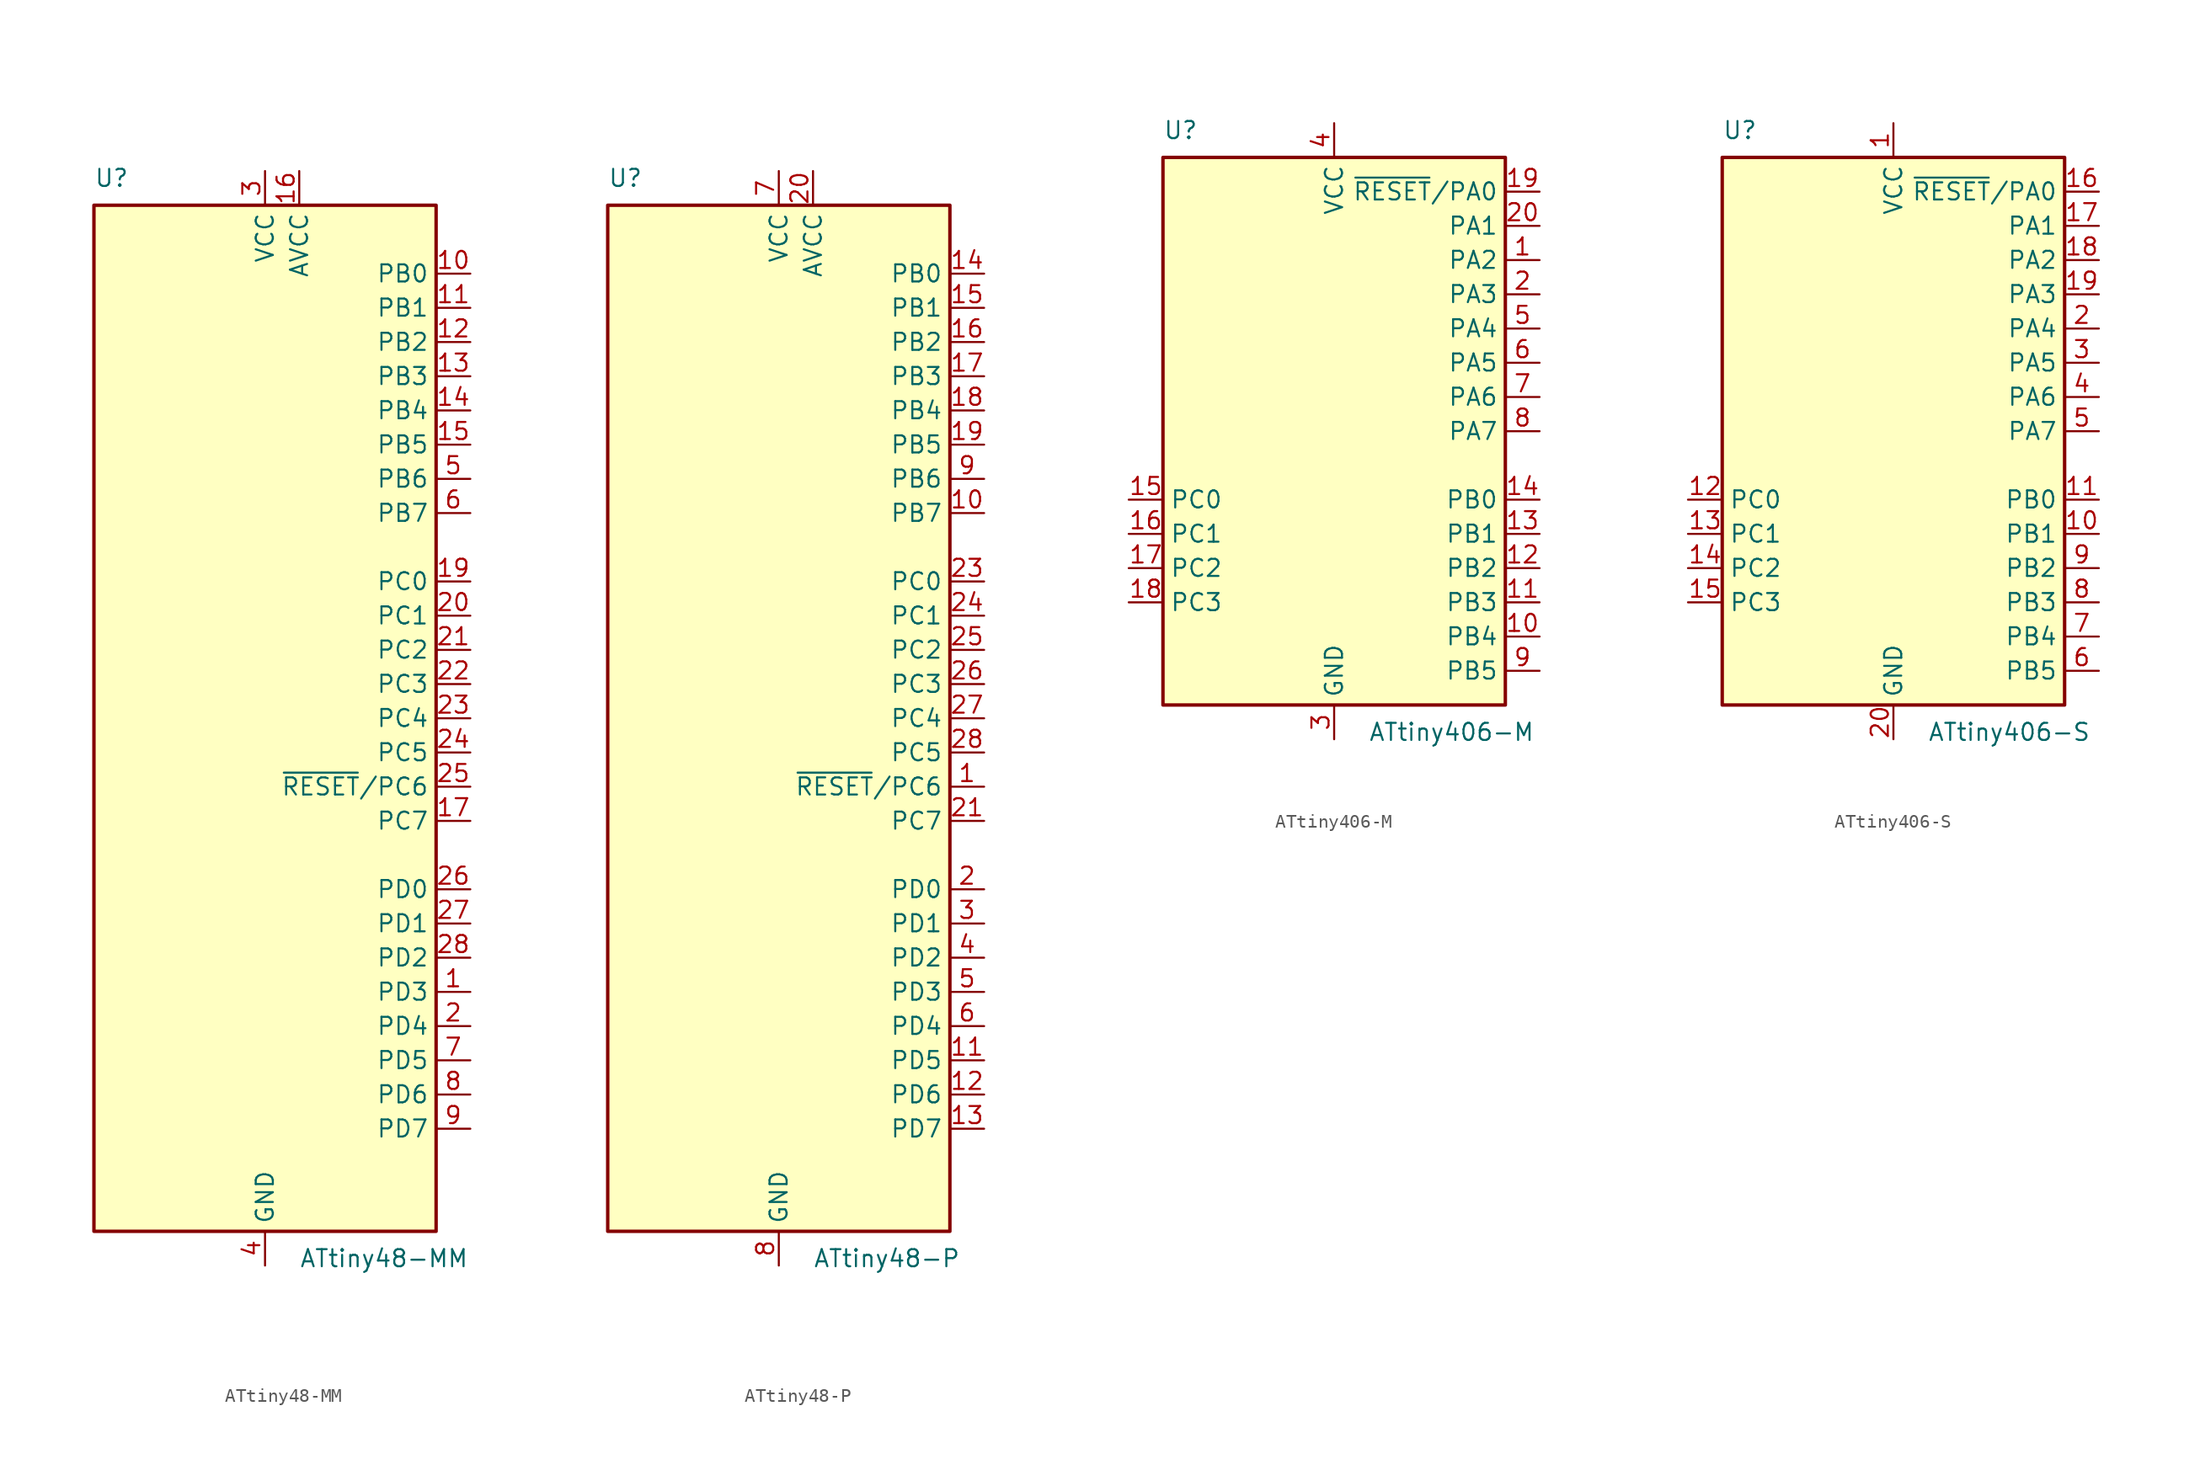
<source format=kicad_sym>
(kicad_symbol_lib
  (version 20241209)
  (generator "kicad_symbol_editor")
  (generator_version "9.0")
  (symbol "ATtiny48-MM"
    (property "Reference" "U"
      (at -12.7 39.37 0)
      (effects (font (size 1.27 1.27)) (justify left bottom)))
    (property "Value" "ATtiny48-MM"
      (at 2.54 -39.37 0)
      (effects (font (size 1.27 1.27)) (justify left top)))
    (symbol "ATtiny48-MM_0_1"
      (rectangle (start -12.7 -38.1) (end 12.7 38.1) (stroke (width 0.254) (type default)) (fill (type background))))
    (symbol "ATtiny48-MM_1_1"
      (pin power_in line (at 0 40.64 270) (length 2.54) (name "VCC" (effects (font (size 1.27 1.27)))) (number "3" (effects (font (size 1.27 1.27)))))
      (pin passive line (at 0 -40.64 90) (length 2.54) (hide yes) (name "GND" (effects (font (size 1.27 1.27)))) (number "18" (effects (font (size 1.27 1.27)))))
      (pin passive line (at 0 -40.64 90) (length 2.54) (hide yes) (name "GND" (effects (font (size 1.27 1.27)))) (number "29" (effects (font (size 1.27 1.27)))))
      (pin power_in line (at 0 -40.64 90) (length 2.54) (name "GND" (effects (font (size 1.27 1.27)))) (number "4" (effects (font (size 1.27 1.27)))))
      (pin power_in line (at 2.54 40.64 270) (length 2.54) (name "AVCC" (effects (font (size 1.27 1.27)))) (number "16" (effects (font (size 1.27 1.27)))))
      (pin bidirectional line (at 15.24 33.02 180) (length 2.54) (name "PB0" (effects (font (size 1.27 1.27)))) (number "10" (effects (font (size 1.27 1.27)))))
      (pin bidirectional line (at 15.24 30.48 180) (length 2.54) (name "PB1" (effects (font (size 1.27 1.27)))) (number "11" (effects (font (size 1.27 1.27)))))
      (pin bidirectional line (at 15.24 27.94 180) (length 2.54) (name "PB2" (effects (font (size 1.27 1.27)))) (number "12" (effects (font (size 1.27 1.27)))))
      (pin bidirectional line (at 15.24 25.4 180) (length 2.54) (name "PB3" (effects (font (size 1.27 1.27)))) (number "13" (effects (font (size 1.27 1.27)))))
      (pin bidirectional line (at 15.24 22.86 180) (length 2.54) (name "PB4" (effects (font (size 1.27 1.27)))) (number "14" (effects (font (size 1.27 1.27)))))
      (pin bidirectional line (at 15.24 20.32 180) (length 2.54) (name "PB5" (effects (font (size 1.27 1.27)))) (number "15" (effects (font (size 1.27 1.27)))))
      (pin bidirectional line (at 15.24 17.78 180) (length 2.54) (name "PB6" (effects (font (size 1.27 1.27)))) (number "5" (effects (font (size 1.27 1.27)))))
      (pin bidirectional line (at 15.24 15.24 180) (length 2.54) (name "PB7" (effects (font (size 1.27 1.27)))) (number "6" (effects (font (size 1.27 1.27)))))
      (pin bidirectional line (at 15.24 10.16 180) (length 2.54) (name "PC0" (effects (font (size 1.27 1.27)))) (number "19" (effects (font (size 1.27 1.27)))))
      (pin bidirectional line (at 15.24 7.62 180) (length 2.54) (name "PC1" (effects (font (size 1.27 1.27)))) (number "20" (effects (font (size 1.27 1.27)))))
      (pin bidirectional line (at 15.24 5.08 180) (length 2.54) (name "PC2" (effects (font (size 1.27 1.27)))) (number "21" (effects (font (size 1.27 1.27)))))
      (pin bidirectional line (at 15.24 2.54 180) (length 2.54) (name "PC3" (effects (font (size 1.27 1.27)))) (number "22" (effects (font (size 1.27 1.27)))))
      (pin bidirectional line (at 15.24 0 180) (length 2.54) (name "PC4" (effects (font (size 1.27 1.27)))) (number "23" (effects (font (size 1.27 1.27)))))
      (pin bidirectional line (at 15.24 -2.54 180) (length 2.54) (name "PC5" (effects (font (size 1.27 1.27)))) (number "24" (effects (font (size 1.27 1.27)))))
      (pin bidirectional line (at 15.24 -5.08 180) (length 2.54) (name "~{RESET}/PC6" (effects (font (size 1.27 1.27)))) (number "25" (effects (font (size 1.27 1.27)))))
      (pin bidirectional line (at 15.24 -7.62 180) (length 2.54) (name "PC7" (effects (font (size 1.27 1.27)))) (number "17" (effects (font (size 1.27 1.27)))))
      (pin bidirectional line (at 15.24 -12.7 180) (length 2.54) (name "PD0" (effects (font (size 1.27 1.27)))) (number "26" (effects (font (size 1.27 1.27)))))
      (pin bidirectional line (at 15.24 -15.24 180) (length 2.54) (name "PD1" (effects (font (size 1.27 1.27)))) (number "27" (effects (font (size 1.27 1.27)))))
      (pin bidirectional line (at 15.24 -17.78 180) (length 2.54) (name "PD2" (effects (font (size 1.27 1.27)))) (number "28" (effects (font (size 1.27 1.27)))))
      (pin bidirectional line (at 15.24 -20.32 180) (length 2.54) (name "PD3" (effects (font (size 1.27 1.27)))) (number "1" (effects (font (size 1.27 1.27)))))
      (pin bidirectional line (at 15.24 -22.86 180) (length 2.54) (name "PD4" (effects (font (size 1.27 1.27)))) (number "2" (effects (font (size 1.27 1.27)))))
      (pin bidirectional line (at 15.24 -25.4 180) (length 2.54) (name "PD5" (effects (font (size 1.27 1.27)))) (number "7" (effects (font (size 1.27 1.27)))))
      (pin bidirectional line (at 15.24 -27.94 180) (length 2.54) (name "PD6" (effects (font (size 1.27 1.27)))) (number "8" (effects (font (size 1.27 1.27)))))
      (pin bidirectional line (at 15.24 -30.48 180) (length 2.54) (name "PD7" (effects (font (size 1.27 1.27)))) (number "9" (effects (font (size 1.27 1.27)))))))
  (symbol "ATtiny48-P"
    (property "Reference" "U"
      (at -12.7 39.37 0)
      (effects (font (size 1.27 1.27)) (justify left bottom)))
    (property "Value" "ATtiny48-P"
      (at 2.54 -39.37 0)
      (effects (font (size 1.27 1.27)) (justify left top)))
    (symbol "ATtiny48-P_0_1"
      (rectangle (start -12.7 -38.1) (end 12.7 38.1) (stroke (width 0.254) (type default)) (fill (type background))))
    (symbol "ATtiny48-P_1_1"
      (pin power_in line (at 0 40.64 270) (length 2.54) (name "VCC" (effects (font (size 1.27 1.27)))) (number "7" (effects (font (size 1.27 1.27)))))
      (pin passive line (at 0 -40.64 90) (length 2.54) (hide yes) (name "GND" (effects (font (size 1.27 1.27)))) (number "22" (effects (font (size 1.27 1.27)))))
      (pin power_in line (at 0 -40.64 90) (length 2.54) (name "GND" (effects (font (size 1.27 1.27)))) (number "8" (effects (font (size 1.27 1.27)))))
      (pin power_in line (at 2.54 40.64 270) (length 2.54) (name "AVCC" (effects (font (size 1.27 1.27)))) (number "20" (effects (font (size 1.27 1.27)))))
      (pin bidirectional line (at 15.24 33.02 180) (length 2.54) (name "PB0" (effects (font (size 1.27 1.27)))) (number "14" (effects (font (size 1.27 1.27)))))
      (pin bidirectional line (at 15.24 30.48 180) (length 2.54) (name "PB1" (effects (font (size 1.27 1.27)))) (number "15" (effects (font (size 1.27 1.27)))))
      (pin bidirectional line (at 15.24 27.94 180) (length 2.54) (name "PB2" (effects (font (size 1.27 1.27)))) (number "16" (effects (font (size 1.27 1.27)))))
      (pin bidirectional line (at 15.24 25.4 180) (length 2.54) (name "PB3" (effects (font (size 1.27 1.27)))) (number "17" (effects (font (size 1.27 1.27)))))
      (pin bidirectional line (at 15.24 22.86 180) (length 2.54) (name "PB4" (effects (font (size 1.27 1.27)))) (number "18" (effects (font (size 1.27 1.27)))))
      (pin bidirectional line (at 15.24 20.32 180) (length 2.54) (name "PB5" (effects (font (size 1.27 1.27)))) (number "19" (effects (font (size 1.27 1.27)))))
      (pin bidirectional line (at 15.24 17.78 180) (length 2.54) (name "PB6" (effects (font (size 1.27 1.27)))) (number "9" (effects (font (size 1.27 1.27)))))
      (pin bidirectional line (at 15.24 15.24 180) (length 2.54) (name "PB7" (effects (font (size 1.27 1.27)))) (number "10" (effects (font (size 1.27 1.27)))))
      (pin bidirectional line (at 15.24 10.16 180) (length 2.54) (name "PC0" (effects (font (size 1.27 1.27)))) (number "23" (effects (font (size 1.27 1.27)))))
      (pin bidirectional line (at 15.24 7.62 180) (length 2.54) (name "PC1" (effects (font (size 1.27 1.27)))) (number "24" (effects (font (size 1.27 1.27)))))
      (pin bidirectional line (at 15.24 5.08 180) (length 2.54) (name "PC2" (effects (font (size 1.27 1.27)))) (number "25" (effects (font (size 1.27 1.27)))))
      (pin bidirectional line (at 15.24 2.54 180) (length 2.54) (name "PC3" (effects (font (size 1.27 1.27)))) (number "26" (effects (font (size 1.27 1.27)))))
      (pin bidirectional line (at 15.24 0 180) (length 2.54) (name "PC4" (effects (font (size 1.27 1.27)))) (number "27" (effects (font (size 1.27 1.27)))))
      (pin bidirectional line (at 15.24 -2.54 180) (length 2.54) (name "PC5" (effects (font (size 1.27 1.27)))) (number "28" (effects (font (size 1.27 1.27)))))
      (pin bidirectional line (at 15.24 -5.08 180) (length 2.54) (name "~{RESET}/PC6" (effects (font (size 1.27 1.27)))) (number "1" (effects (font (size 1.27 1.27)))))
      (pin bidirectional line (at 15.24 -7.62 180) (length 2.54) (name "PC7" (effects (font (size 1.27 1.27)))) (number "21" (effects (font (size 1.27 1.27)))))
      (pin bidirectional line (at 15.24 -12.7 180) (length 2.54) (name "PD0" (effects (font (size 1.27 1.27)))) (number "2" (effects (font (size 1.27 1.27)))))
      (pin bidirectional line (at 15.24 -15.24 180) (length 2.54) (name "PD1" (effects (font (size 1.27 1.27)))) (number "3" (effects (font (size 1.27 1.27)))))
      (pin bidirectional line (at 15.24 -17.78 180) (length 2.54) (name "PD2" (effects (font (size 1.27 1.27)))) (number "4" (effects (font (size 1.27 1.27)))))
      (pin bidirectional line (at 15.24 -20.32 180) (length 2.54) (name "PD3" (effects (font (size 1.27 1.27)))) (number "5" (effects (font (size 1.27 1.27)))))
      (pin bidirectional line (at 15.24 -22.86 180) (length 2.54) (name "PD4" (effects (font (size 1.27 1.27)))) (number "6" (effects (font (size 1.27 1.27)))))
      (pin bidirectional line (at 15.24 -25.4 180) (length 2.54) (name "PD5" (effects (font (size 1.27 1.27)))) (number "11" (effects (font (size 1.27 1.27)))))
      (pin bidirectional line (at 15.24 -27.94 180) (length 2.54) (name "PD6" (effects (font (size 1.27 1.27)))) (number "12" (effects (font (size 1.27 1.27)))))
      (pin bidirectional line (at 15.24 -30.48 180) (length 2.54) (name "PD7" (effects (font (size 1.27 1.27)))) (number "13" (effects (font (size 1.27 1.27)))))))
  (symbol "ATtiny406-M"
    (property "Reference" "U"
      (at -12.7 21.59 0)
      (effects (font (size 1.27 1.27)) (justify left bottom)))
    (property "Value" "ATtiny406-M"
      (at 2.54 -21.59 0)
      (effects (font (size 1.27 1.27)) (justify left top)))
    (symbol "ATtiny406-M_0_1"
      (rectangle (start -12.7 -20.32) (end 12.7 20.32) (stroke (width 0.254) (type default)) (fill (type background))))
    (symbol "ATtiny406-M_1_1"
      (pin bidirectional line (at -15.24 -5.08 0) (length 2.54) (name "PC0" (effects (font (size 1.27 1.27)))) (number "15" (effects (font (size 1.27 1.27)))))
      (pin bidirectional line (at -15.24 -7.62 0) (length 2.54) (name "PC1" (effects (font (size 1.27 1.27)))) (number "16" (effects (font (size 1.27 1.27)))))
      (pin bidirectional line (at -15.24 -10.16 0) (length 2.54) (name "PC2" (effects (font (size 1.27 1.27)))) (number "17" (effects (font (size 1.27 1.27)))))
      (pin bidirectional line (at -15.24 -12.7 0) (length 2.54) (name "PC3" (effects (font (size 1.27 1.27)))) (number "18" (effects (font (size 1.27 1.27)))))
      (pin power_in line (at 0 22.86 270) (length 2.54) (name "VCC" (effects (font (size 1.27 1.27)))) (number "4" (effects (font (size 1.27 1.27)))))
      (pin passive line (at 0 -22.86 90) (length 2.54) (hide yes) (name "GND" (effects (font (size 1.27 1.27)))) (number "21" (effects (font (size 1.27 1.27)))))
      (pin power_in line (at 0 -22.86 90) (length 2.54) (name "GND" (effects (font (size 1.27 1.27)))) (number "3" (effects (font (size 1.27 1.27)))))
      (pin bidirectional line (at 15.24 17.78 180) (length 2.54) (name "~{RESET}/PA0" (effects (font (size 1.27 1.27)))) (number "19" (effects (font (size 1.27 1.27)))))
      (pin bidirectional line (at 15.24 15.24 180) (length 2.54) (name "PA1" (effects (font (size 1.27 1.27)))) (number "20" (effects (font (size 1.27 1.27)))))
      (pin bidirectional line (at 15.24 12.7 180) (length 2.54) (name "PA2" (effects (font (size 1.27 1.27)))) (number "1" (effects (font (size 1.27 1.27)))))
      (pin bidirectional line (at 15.24 10.16 180) (length 2.54) (name "PA3" (effects (font (size 1.27 1.27)))) (number "2" (effects (font (size 1.27 1.27)))))
      (pin bidirectional line (at 15.24 7.62 180) (length 2.54) (name "PA4" (effects (font (size 1.27 1.27)))) (number "5" (effects (font (size 1.27 1.27)))))
      (pin bidirectional line (at 15.24 5.08 180) (length 2.54) (name "PA5" (effects (font (size 1.27 1.27)))) (number "6" (effects (font (size 1.27 1.27)))))
      (pin bidirectional line (at 15.24 2.54 180) (length 2.54) (name "PA6" (effects (font (size 1.27 1.27)))) (number "7" (effects (font (size 1.27 1.27)))))
      (pin bidirectional line (at 15.24 0 180) (length 2.54) (name "PA7" (effects (font (size 1.27 1.27)))) (number "8" (effects (font (size 1.27 1.27)))))
      (pin bidirectional line (at 15.24 -5.08 180) (length 2.54) (name "PB0" (effects (font (size 1.27 1.27)))) (number "14" (effects (font (size 1.27 1.27)))))
      (pin bidirectional line (at 15.24 -7.62 180) (length 2.54) (name "PB1" (effects (font (size 1.27 1.27)))) (number "13" (effects (font (size 1.27 1.27)))))
      (pin bidirectional line (at 15.24 -10.16 180) (length 2.54) (name "PB2" (effects (font (size 1.27 1.27)))) (number "12" (effects (font (size 1.27 1.27)))))
      (pin bidirectional line (at 15.24 -12.7 180) (length 2.54) (name "PB3" (effects (font (size 1.27 1.27)))) (number "11" (effects (font (size 1.27 1.27)))))
      (pin bidirectional line (at 15.24 -15.24 180) (length 2.54) (name "PB4" (effects (font (size 1.27 1.27)))) (number "10" (effects (font (size 1.27 1.27)))))
      (pin bidirectional line (at 15.24 -17.78 180) (length 2.54) (name "PB5" (effects (font (size 1.27 1.27)))) (number "9" (effects (font (size 1.27 1.27)))))))
  (symbol "ATtiny406-S"
    (property "Reference" "U"
      (at -12.7 21.59 0)
      (effects (font (size 1.27 1.27)) (justify left bottom)))
    (property "Value" "ATtiny406-S"
      (at 2.54 -21.59 0)
      (effects (font (size 1.27 1.27)) (justify left top)))
    (symbol "ATtiny406-S_0_1"
      (rectangle (start -12.7 -20.32) (end 12.7 20.32) (stroke (width 0.254) (type default)) (fill (type background))))
    (symbol "ATtiny406-S_1_1"
      (pin bidirectional line (at -15.24 -5.08 0) (length 2.54) (name "PC0" (effects (font (size 1.27 1.27)))) (number "12" (effects (font (size 1.27 1.27)))))
      (pin bidirectional line (at -15.24 -7.62 0) (length 2.54) (name "PC1" (effects (font (size 1.27 1.27)))) (number "13" (effects (font (size 1.27 1.27)))))
      (pin bidirectional line (at -15.24 -10.16 0) (length 2.54) (name "PC2" (effects (font (size 1.27 1.27)))) (number "14" (effects (font (size 1.27 1.27)))))
      (pin bidirectional line (at -15.24 -12.7 0) (length 2.54) (name "PC3" (effects (font (size 1.27 1.27)))) (number "15" (effects (font (size 1.27 1.27)))))
      (pin power_in line (at 0 22.86 270) (length 2.54) (name "VCC" (effects (font (size 1.27 1.27)))) (number "1" (effects (font (size 1.27 1.27)))))
      (pin power_in line (at 0 -22.86 90) (length 2.54) (name "GND" (effects (font (size 1.27 1.27)))) (number "20" (effects (font (size 1.27 1.27)))))
      (pin bidirectional line (at 15.24 17.78 180) (length 2.54) (name "~{RESET}/PA0" (effects (font (size 1.27 1.27)))) (number "16" (effects (font (size 1.27 1.27)))))
      (pin bidirectional line (at 15.24 15.24 180) (length 2.54) (name "PA1" (effects (font (size 1.27 1.27)))) (number "17" (effects (font (size 1.27 1.27)))))
      (pin bidirectional line (at 15.24 12.7 180) (length 2.54) (name "PA2" (effects (font (size 1.27 1.27)))) (number "18" (effects (font (size 1.27 1.27)))))
      (pin bidirectional line (at 15.24 10.16 180) (length 2.54) (name "PA3" (effects (font (size 1.27 1.27)))) (number "19" (effects (font (size 1.27 1.27)))))
      (pin bidirectional line (at 15.24 7.62 180) (length 2.54) (name "PA4" (effects (font (size 1.27 1.27)))) (number "2" (effects (font (size 1.27 1.27)))))
      (pin bidirectional line (at 15.24 5.08 180) (length 2.54) (name "PA5" (effects (font (size 1.27 1.27)))) (number "3" (effects (font (size 1.27 1.27)))))
      (pin bidirectional line (at 15.24 2.54 180) (length 2.54) (name "PA6" (effects (font (size 1.27 1.27)))) (number "4" (effects (font (size 1.27 1.27)))))
      (pin bidirectional line (at 15.24 0 180) (length 2.54) (name "PA7" (effects (font (size 1.27 1.27)))) (number "5" (effects (font (size 1.27 1.27)))))
      (pin bidirectional line (at 15.24 -5.08 180) (length 2.54) (name "PB0" (effects (font (size 1.27 1.27)))) (number "11" (effects (font (size 1.27 1.27)))))
      (pin bidirectional line (at 15.24 -7.62 180) (length 2.54) (name "PB1" (effects (font (size 1.27 1.27)))) (number "10" (effects (font (size 1.27 1.27)))))
      (pin bidirectional line (at 15.24 -10.16 180) (length 2.54) (name "PB2" (effects (font (size 1.27 1.27)))) (number "9" (effects (font (size 1.27 1.27)))))
      (pin bidirectional line (at 15.24 -12.7 180) (length 2.54) (name "PB3" (effects (font (size 1.27 1.27)))) (number "8" (effects (font (size 1.27 1.27)))))
      (pin bidirectional line (at 15.24 -15.24 180) (length 2.54) (name "PB4" (effects (font (size 1.27 1.27)))) (number "7" (effects (font (size 1.27 1.27)))))
      (pin bidirectional line (at 15.24 -17.78 180) (length 2.54) (name "PB5" (effects (font (size 1.27 1.27)))) (number "6" (effects (font (size 1.27 1.27))))))))
</source>
